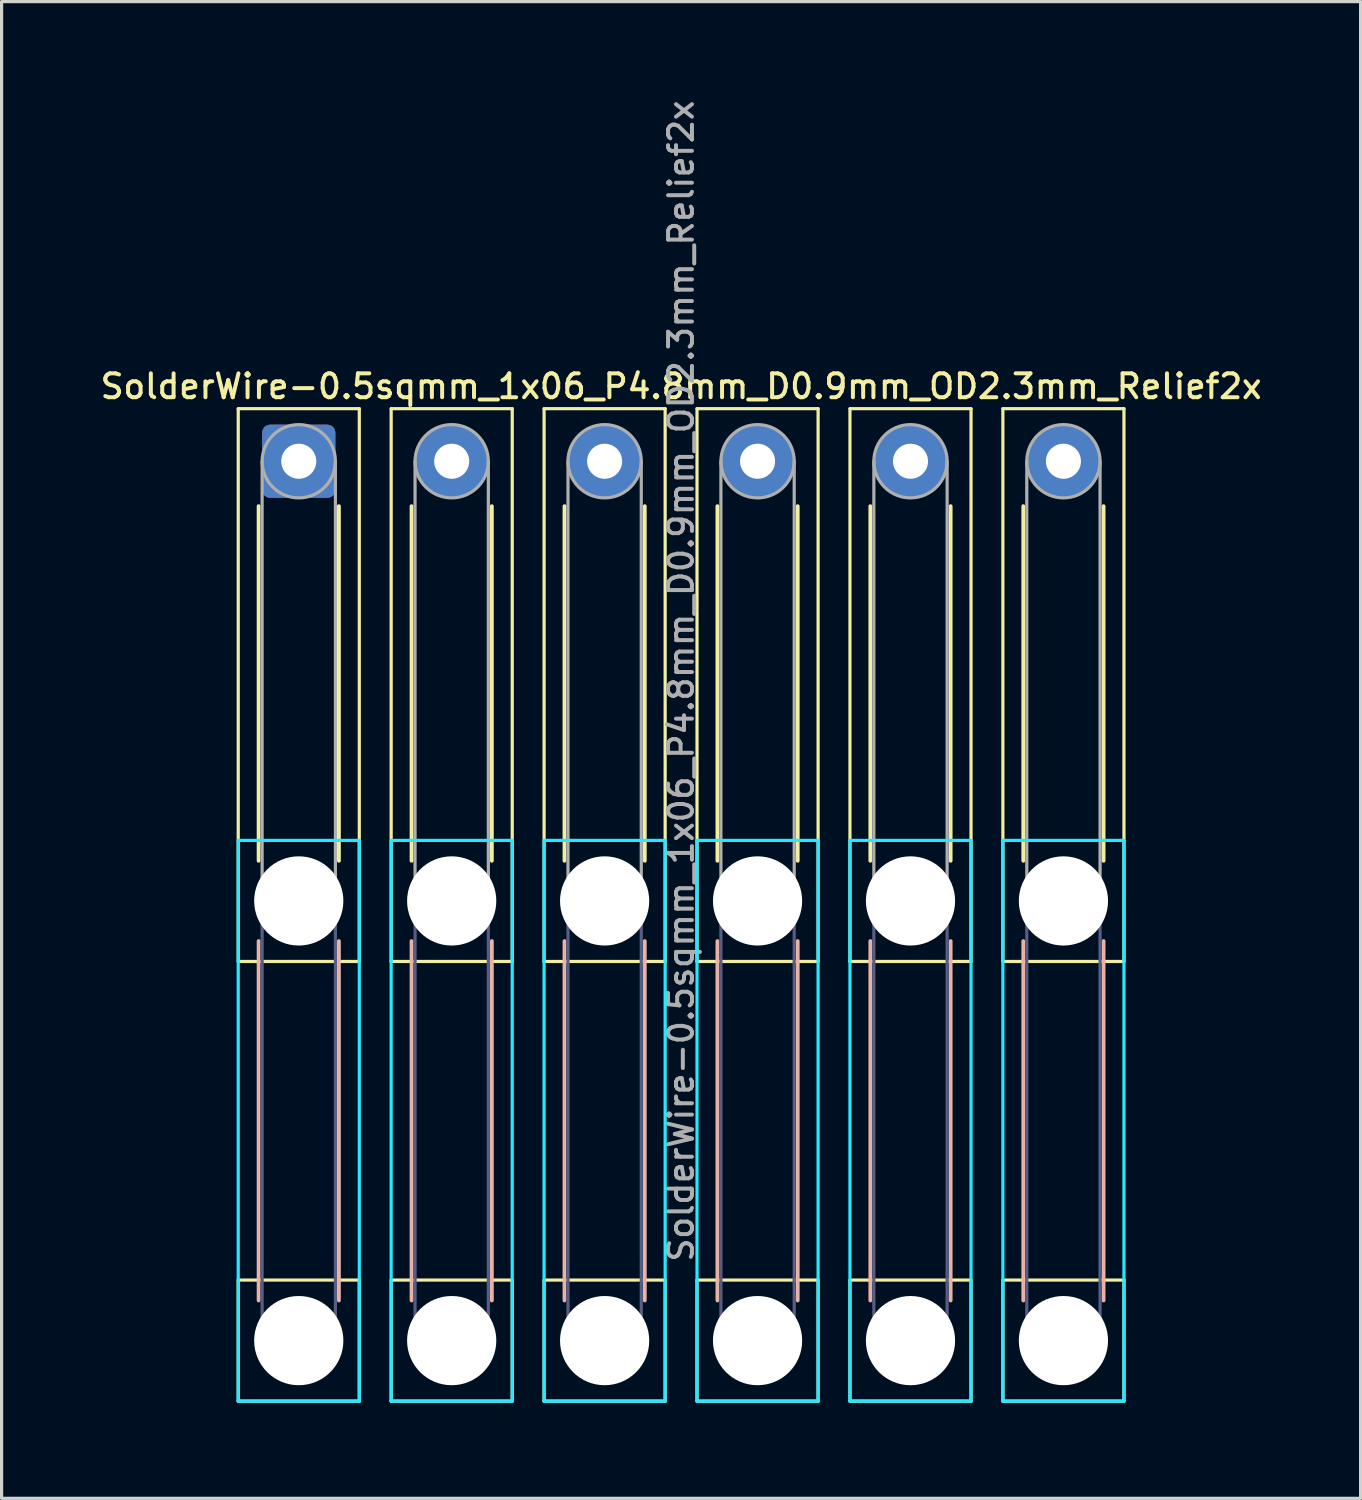
<source format=kicad_pcb>
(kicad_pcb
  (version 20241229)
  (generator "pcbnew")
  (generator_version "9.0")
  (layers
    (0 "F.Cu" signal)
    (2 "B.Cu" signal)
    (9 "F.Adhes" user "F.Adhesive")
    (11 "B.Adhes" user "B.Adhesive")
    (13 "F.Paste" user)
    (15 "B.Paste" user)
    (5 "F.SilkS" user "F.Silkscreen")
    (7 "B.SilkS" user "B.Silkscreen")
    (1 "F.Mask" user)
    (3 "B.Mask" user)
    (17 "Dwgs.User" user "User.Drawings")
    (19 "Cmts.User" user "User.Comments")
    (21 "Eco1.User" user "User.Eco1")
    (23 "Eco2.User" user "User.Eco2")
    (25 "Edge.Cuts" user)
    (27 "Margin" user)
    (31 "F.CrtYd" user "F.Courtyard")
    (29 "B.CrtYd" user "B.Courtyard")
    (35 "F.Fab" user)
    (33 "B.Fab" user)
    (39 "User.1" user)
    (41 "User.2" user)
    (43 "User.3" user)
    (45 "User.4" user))
  (footprint "SolderWire-0.5sqmm_1x06_P4.8mm_D0.9mm_OD2.3mm_Relief2x"
    (layer "F.Cu")
    (at 6.327 11.427)
    (property "Reference" "SolderWire-0.5sqmm_1x06_P4.8mm_D0.9mm_OD2.3mm_Relief2x" (at 12 -2.35 0) (layer "F.SilkS") (effects (font (size 0.75 0.75) (thickness 0.125))))
    (attr exclude_from_pos_files exclude_from_bom)
    (fp_line (start -1.9 -1.65) (end -1.9 15.7) (stroke (width 0.1) (type solid)) (layer "F.SilkS"))
    (fp_line (start -1.9 15.7) (end 1.9 15.7) (stroke (width 0.1) (type solid)) (layer "F.SilkS"))
    (fp_line (start -1.9 25.7) (end -1.9 29.5) (stroke (width 0.1) (type solid)) (layer "F.SilkS"))
    (fp_line (start -1.9 29.5) (end 1.9 29.5) (stroke (width 0.1) (type solid)) (layer "F.SilkS"))
    (fp_line (start -1.26 1.41) (end -1.26 12.54) (stroke (width 0.12) (type solid)) (layer "F.SilkS"))
    (fp_line (start 1.26 1.41) (end 1.26 12.54) (stroke (width 0.12) (type solid)) (layer "F.SilkS"))
    (fp_line (start 1.9 -1.65) (end -1.9 -1.65) (stroke (width 0.1) (type solid)) (layer "F.SilkS"))
    (fp_line (start 1.9 15.7) (end 1.9 -1.65) (stroke (width 0.1) (type solid)) (layer "F.SilkS"))
    (fp_line (start 1.9 25.7) (end -1.9 25.7) (stroke (width 0.1) (type solid)) (layer "F.SilkS"))
    (fp_line (start 1.9 29.5) (end 1.9 25.7) (stroke (width 0.1) (type solid)) (layer "F.SilkS"))
    (fp_line (start 2.9 -1.65) (end 2.9 15.7) (stroke (width 0.1) (type solid)) (layer "F.SilkS"))
    (fp_line (start 2.9 15.7) (end 6.7 15.7) (stroke (width 0.1) (type solid)) (layer "F.SilkS"))
    (fp_line (start 2.9 25.7) (end 2.9 29.5) (stroke (width 0.1) (type solid)) (layer "F.SilkS"))
    (fp_line (start 2.9 29.5) (end 6.7 29.5) (stroke (width 0.1) (type solid)) (layer "F.SilkS"))
    (fp_line (start 3.54 1.41) (end 3.54 12.54) (stroke (width 0.12) (type solid)) (layer "F.SilkS"))
    (fp_line (start 6.06 1.41) (end 6.06 12.54) (stroke (width 0.12) (type solid)) (layer "F.SilkS"))
    (fp_line (start 6.7 -1.65) (end 2.9 -1.65) (stroke (width 0.1) (type solid)) (layer "F.SilkS"))
    (fp_line (start 6.7 15.7) (end 6.7 -1.65) (stroke (width 0.1) (type solid)) (layer "F.SilkS"))
    (fp_line (start 6.7 25.7) (end 2.9 25.7) (stroke (width 0.1) (type solid)) (layer "F.SilkS"))
    (fp_line (start 6.7 29.5) (end 6.7 25.7) (stroke (width 0.1) (type solid)) (layer "F.SilkS"))
    (fp_line (start 7.7 -1.65) (end 7.7 15.7) (stroke (width 0.1) (type solid)) (layer "F.SilkS"))
    (fp_line (start 7.7 15.7) (end 11.5 15.7) (stroke (width 0.1) (type solid)) (layer "F.SilkS"))
    (fp_line (start 7.7 25.7) (end 7.7 29.5) (stroke (width 0.1) (type solid)) (layer "F.SilkS"))
    (fp_line (start 7.7 29.5) (end 11.5 29.5) (stroke (width 0.1) (type solid)) (layer "F.SilkS"))
    (fp_line (start 8.34 1.41) (end 8.34 12.54) (stroke (width 0.12) (type solid)) (layer "F.SilkS"))
    (fp_line (start 10.86 1.41) (end 10.86 12.54) (stroke (width 0.12) (type solid)) (layer "F.SilkS"))
    (fp_line (start 11.5 -1.65) (end 7.7 -1.65) (stroke (width 0.1) (type solid)) (layer "F.SilkS"))
    (fp_line (start 11.5 15.7) (end 11.5 -1.65) (stroke (width 0.1) (type solid)) (layer "F.SilkS"))
    (fp_line (start 11.5 25.7) (end 7.7 25.7) (stroke (width 0.1) (type solid)) (layer "F.SilkS"))
    (fp_line (start 11.5 29.5) (end 11.5 25.7) (stroke (width 0.1) (type solid)) (layer "F.SilkS"))
    (fp_line (start 12.5 -1.65) (end 12.5 15.7) (stroke (width 0.1) (type solid)) (layer "F.SilkS"))
    (fp_line (start 12.5 15.7) (end 16.3 15.7) (stroke (width 0.1) (type solid)) (layer "F.SilkS"))
    (fp_line (start 12.5 25.7) (end 12.5 29.5) (stroke (width 0.1) (type solid)) (layer "F.SilkS"))
    (fp_line (start 12.5 29.5) (end 16.3 29.5) (stroke (width 0.1) (type solid)) (layer "F.SilkS"))
    (fp_line (start 13.14 1.41) (end 13.14 12.54) (stroke (width 0.12) (type solid)) (layer "F.SilkS"))
    (fp_line (start 15.66 1.41) (end 15.66 12.54) (stroke (width 0.12) (type solid)) (layer "F.SilkS"))
    (fp_line (start 16.3 -1.65) (end 12.5 -1.65) (stroke (width 0.1) (type solid)) (layer "F.SilkS"))
    (fp_line (start 16.3 15.7) (end 16.3 -1.65) (stroke (width 0.1) (type solid)) (layer "F.SilkS"))
    (fp_line (start 16.3 25.7) (end 12.5 25.7) (stroke (width 0.1) (type solid)) (layer "F.SilkS"))
    (fp_line (start 16.3 29.5) (end 16.3 25.7) (stroke (width 0.1) (type solid)) (layer "F.SilkS"))
    (fp_line (start 17.3 -1.65) (end 17.3 15.7) (stroke (width 0.1) (type solid)) (layer "F.SilkS"))
    (fp_line (start 17.3 15.7) (end 21.1 15.7) (stroke (width 0.1) (type solid)) (layer "F.SilkS"))
    (fp_line (start 17.3 25.7) (end 17.3 29.5) (stroke (width 0.1) (type solid)) (layer "F.SilkS"))
    (fp_line (start 17.3 29.5) (end 21.1 29.5) (stroke (width 0.1) (type solid)) (layer "F.SilkS"))
    (fp_line (start 17.94 1.41) (end 17.94 12.54) (stroke (width 0.12) (type solid)) (layer "F.SilkS"))
    (fp_line (start 20.46 1.41) (end 20.46 12.54) (stroke (width 0.12) (type solid)) (layer "F.SilkS"))
    (fp_line (start 21.1 -1.65) (end 17.3 -1.65) (stroke (width 0.1) (type solid)) (layer "F.SilkS"))
    (fp_line (start 21.1 15.7) (end 21.1 -1.65) (stroke (width 0.1) (type solid)) (layer "F.SilkS"))
    (fp_line (start 21.1 25.7) (end 17.3 25.7) (stroke (width 0.1) (type solid)) (layer "F.SilkS"))
    (fp_line (start 21.1 29.5) (end 21.1 25.7) (stroke (width 0.1) (type solid)) (layer "F.SilkS"))
    (fp_line (start 22.1 -1.65) (end 22.1 15.7) (stroke (width 0.1) (type solid)) (layer "F.SilkS"))
    (fp_line (start 22.1 15.7) (end 25.9 15.7) (stroke (width 0.1) (type solid)) (layer "F.SilkS"))
    (fp_line (start 22.1 25.7) (end 22.1 29.5) (stroke (width 0.1) (type solid)) (layer "F.SilkS"))
    (fp_line (start 22.1 29.5) (end 25.9 29.5) (stroke (width 0.1) (type solid)) (layer "F.SilkS"))
    (fp_line (start 22.74 1.41) (end 22.74 12.54) (stroke (width 0.12) (type solid)) (layer "F.SilkS"))
    (fp_line (start 25.26 1.41) (end 25.26 12.54) (stroke (width 0.12) (type solid)) (layer "F.SilkS"))
    (fp_line (start 25.9 -1.65) (end 22.1 -1.65) (stroke (width 0.1) (type solid)) (layer "F.SilkS"))
    (fp_line (start 25.9 15.7) (end 25.9 -1.65) (stroke (width 0.1) (type solid)) (layer "F.SilkS"))
    (fp_line (start 25.9 25.7) (end 22.1 25.7) (stroke (width 0.1) (type solid)) (layer "F.SilkS"))
    (fp_line (start 25.9 29.5) (end 25.9 25.7) (stroke (width 0.1) (type solid)) (layer "F.SilkS"))
    (fp_line (start -1.26 15.06) (end -1.26 26.34) (stroke (width 0.12) (type solid)) (layer "B.SilkS"))
    (fp_line (start 1.26 15.06) (end 1.26 26.34) (stroke (width 0.12) (type solid)) (layer "B.SilkS"))
    (fp_line (start 3.54 15.06) (end 3.54 26.34) (stroke (width 0.12) (type solid)) (layer "B.SilkS"))
    (fp_line (start 6.06 15.06) (end 6.06 26.34) (stroke (width 0.12) (type solid)) (layer "B.SilkS"))
    (fp_line (start 8.34 15.06) (end 8.34 26.34) (stroke (width 0.12) (type solid)) (layer "B.SilkS"))
    (fp_line (start 10.86 15.06) (end 10.86 26.34) (stroke (width 0.12) (type solid)) (layer "B.SilkS"))
    (fp_line (start 13.14 15.06) (end 13.14 26.34) (stroke (width 0.12) (type solid)) (layer "B.SilkS"))
    (fp_line (start 15.66 15.06) (end 15.66 26.34) (stroke (width 0.12) (type solid)) (layer "B.SilkS"))
    (fp_line (start 17.94 15.06) (end 17.94 26.34) (stroke (width 0.12) (type solid)) (layer "B.SilkS"))
    (fp_line (start 20.46 15.06) (end 20.46 26.34) (stroke (width 0.12) (type solid)) (layer "B.SilkS"))
    (fp_line (start 22.74 15.06) (end 22.74 26.34) (stroke (width 0.12) (type solid)) (layer "B.SilkS"))
    (fp_line (start 25.26 15.06) (end 25.26 26.34) (stroke (width 0.12) (type solid)) (layer "B.SilkS"))
    (fp_line (start -1.9 11.9) (end -1.9 29.5) (stroke (width 0.1) (type solid)) (layer "B.CrtYd"))
    (fp_line (start -1.9 29.5) (end 1.9 29.5) (stroke (width 0.1) (type solid)) (layer "B.CrtYd"))
    (fp_line (start 1.9 11.9) (end -1.9 11.9) (stroke (width 0.1) (type solid)) (layer "B.CrtYd"))
    (fp_line (start 1.9 29.5) (end 1.9 11.9) (stroke (width 0.1) (type solid)) (layer "B.CrtYd"))
    (fp_line (start 2.9 11.9) (end 2.9 29.5) (stroke (width 0.1) (type solid)) (layer "B.CrtYd"))
    (fp_line (start 2.9 29.5) (end 6.7 29.5) (stroke (width 0.1) (type solid)) (layer "B.CrtYd"))
    (fp_line (start 6.7 11.9) (end 2.9 11.9) (stroke (width 0.1) (type solid)) (layer "B.CrtYd"))
    (fp_line (start 6.7 29.5) (end 6.7 11.9) (stroke (width 0.1) (type solid)) (layer "B.CrtYd"))
    (fp_line (start 7.7 11.9) (end 7.7 29.5) (stroke (width 0.1) (type solid)) (layer "B.CrtYd"))
    (fp_line (start 7.7 29.5) (end 11.5 29.5) (stroke (width 0.1) (type solid)) (layer "B.CrtYd"))
    (fp_line (start 11.5 11.9) (end 7.7 11.9) (stroke (width 0.1) (type solid)) (layer "B.CrtYd"))
    (fp_line (start 11.5 29.5) (end 11.5 11.9) (stroke (width 0.1) (type solid)) (layer "B.CrtYd"))
    (fp_line (start 12.5 11.9) (end 12.5 29.5) (stroke (width 0.1) (type solid)) (layer "B.CrtYd"))
    (fp_line (start 12.5 29.5) (end 16.3 29.5) (stroke (width 0.1) (type solid)) (layer "B.CrtYd"))
    (fp_line (start 16.3 11.9) (end 12.5 11.9) (stroke (width 0.1) (type solid)) (layer "B.CrtYd"))
    (fp_line (start 16.3 29.5) (end 16.3 11.9) (stroke (width 0.1) (type solid)) (layer "B.CrtYd"))
    (fp_line (start 17.3 11.9) (end 17.3 29.5) (stroke (width 0.1) (type solid)) (layer "B.CrtYd"))
    (fp_line (start 17.3 29.5) (end 21.1 29.5) (stroke (width 0.1) (type solid)) (layer "B.CrtYd"))
    (fp_line (start 21.1 11.9) (end 17.3 11.9) (stroke (width 0.1) (type solid)) (layer "B.CrtYd"))
    (fp_line (start 21.1 29.5) (end 21.1 11.9) (stroke (width 0.1) (type solid)) (layer "B.CrtYd"))
    (fp_line (start 22.1 11.9) (end 22.1 29.5) (stroke (width 0.1) (type solid)) (layer "B.CrtYd"))
    (fp_line (start 22.1 29.5) (end 25.9 29.5) (stroke (width 0.1) (type solid)) (layer "B.CrtYd"))
    (fp_line (start 25.9 11.9) (end 22.1 11.9) (stroke (width 0.1) (type solid)) (layer "B.CrtYd"))
    (fp_line (start 25.9 29.5) (end 25.9 11.9) (stroke (width 0.1) (type solid)) (layer "B.CrtYd"))
    (fp_line (start -1.15 13.8) (end -1.15 27.6) (stroke (width 0.1) (type solid)) (layer "B.Fab"))
    (fp_line (start 1.15 13.8) (end 1.15 27.6) (stroke (width 0.1) (type solid)) (layer "B.Fab"))
    (fp_line (start 3.65 13.8) (end 3.65 27.6) (stroke (width 0.1) (type solid)) (layer "B.Fab"))
    (fp_line (start 5.95 13.8) (end 5.95 27.6) (stroke (width 0.1) (type solid)) (layer "B.Fab"))
    (fp_line (start 8.45 13.8) (end 8.45 27.6) (stroke (width 0.1) (type solid)) (layer "B.Fab"))
    (fp_line (start 10.75 13.8) (end 10.75 27.6) (stroke (width 0.1) (type solid)) (layer "B.Fab"))
    (fp_line (start 13.25 13.8) (end 13.25 27.6) (stroke (width 0.1) (type solid)) (layer "B.Fab"))
    (fp_line (start 15.55 13.8) (end 15.55 27.6) (stroke (width 0.1) (type solid)) (layer "B.Fab"))
    (fp_line (start 18.05 13.8) (end 18.05 27.6) (stroke (width 0.1) (type solid)) (layer "B.Fab"))
    (fp_line (start 20.35 13.8) (end 20.35 27.6) (stroke (width 0.1) (type solid)) (layer "B.Fab"))
    (fp_line (start 22.85 13.8) (end 22.85 27.6) (stroke (width 0.1) (type solid)) (layer "B.Fab"))
    (fp_line (start 25.15 13.8) (end 25.15 27.6) (stroke (width 0.1) (type solid)) (layer "B.Fab"))
    (fp_circle (center 0 13.8) (end 1.15 13.8) (stroke (width 0.1) (type solid)) (fill no) (layer "B.Fab"))
    (fp_circle (center 0 27.6) (end 1.15 27.6) (stroke (width 0.1) (type solid)) (fill no) (layer "B.Fab"))
    (fp_circle (center 4.8 13.8) (end 5.95 13.8) (stroke (width 0.1) (type solid)) (fill no) (layer "B.Fab"))
    (fp_circle (center 4.8 27.6) (end 5.95 27.6) (stroke (width 0.1) (type solid)) (fill no) (layer "B.Fab"))
    (fp_circle (center 9.6 13.8) (end 10.75 13.8) (stroke (width 0.1) (type solid)) (fill no) (layer "B.Fab"))
    (fp_circle (center 9.6 27.6) (end 10.75 27.6) (stroke (width 0.1) (type solid)) (fill no) (layer "B.Fab"))
    (fp_circle (center 14.4 13.8) (end 15.55 13.8) (stroke (width 0.1) (type solid)) (fill no) (layer "B.Fab"))
    (fp_circle (center 14.4 27.6) (end 15.55 27.6) (stroke (width 0.1) (type solid)) (fill no) (layer "B.Fab"))
    (fp_circle (center 19.2 13.8) (end 20.35 13.8) (stroke (width 0.1) (type solid)) (fill no) (layer "B.Fab"))
    (fp_circle (center 19.2 27.6) (end 20.35 27.6) (stroke (width 0.1) (type solid)) (fill no) (layer "B.Fab"))
    (fp_circle (center 24 13.8) (end 25.15 13.8) (stroke (width 0.1) (type solid)) (fill no) (layer "B.Fab"))
    (fp_circle (center 24 27.6) (end 25.15 27.6) (stroke (width 0.1) (type solid)) (fill no) (layer "B.Fab"))
    (fp_line (start -1.15 0) (end -1.15 13.8) (stroke (width 0.1) (type solid)) (layer "F.Fab"))
    (fp_line (start 1.15 0) (end 1.15 13.8) (stroke (width 0.1) (type solid)) (layer "F.Fab"))
    (fp_line (start 3.65 0) (end 3.65 13.8) (stroke (width 0.1) (type solid)) (layer "F.Fab"))
    (fp_line (start 5.95 0) (end 5.95 13.8) (stroke (width 0.1) (type solid)) (layer "F.Fab"))
    (fp_line (start 8.45 0) (end 8.45 13.8) (stroke (width 0.1) (type solid)) (layer "F.Fab"))
    (fp_line (start 10.75 0) (end 10.75 13.8) (stroke (width 0.1) (type solid)) (layer "F.Fab"))
    (fp_line (start 13.25 0) (end 13.25 13.8) (stroke (width 0.1) (type solid)) (layer "F.Fab"))
    (fp_line (start 15.55 0) (end 15.55 13.8) (stroke (width 0.1) (type solid)) (layer "F.Fab"))
    (fp_line (start 18.05 0) (end 18.05 13.8) (stroke (width 0.1) (type solid)) (layer "F.Fab"))
    (fp_line (start 20.35 0) (end 20.35 13.8) (stroke (width 0.1) (type solid)) (layer "F.Fab"))
    (fp_line (start 22.85 0) (end 22.85 13.8) (stroke (width 0.1) (type solid)) (layer "F.Fab"))
    (fp_line (start 25.15 0) (end 25.15 13.8) (stroke (width 0.1) (type solid)) (layer "F.Fab"))
    (fp_circle (center 0 0) (end 1.15 0) (stroke (width 0.1) (type solid)) (fill no) (layer "F.Fab"))
    (fp_circle (center 0 13.8) (end 1.15 13.8) (stroke (width 0.1) (type solid)) (fill no) (layer "F.Fab"))
    (fp_circle (center 0 27.6) (end 1.15 27.6) (stroke (width 0.1) (type solid)) (fill no) (layer "F.Fab"))
    (fp_circle (center 4.8 0) (end 5.95 0) (stroke (width 0.1) (type solid)) (fill no) (layer "F.Fab"))
    (fp_circle (center 4.8 13.8) (end 5.95 13.8) (stroke (width 0.1) (type solid)) (fill no) (layer "F.Fab"))
    (fp_circle (center 4.8 27.6) (end 5.95 27.6) (stroke (width 0.1) (type solid)) (fill no) (layer "F.Fab"))
    (fp_circle (center 9.6 0) (end 10.75 0) (stroke (width 0.1) (type solid)) (fill no) (layer "F.Fab"))
    (fp_circle (center 9.6 13.8) (end 10.75 13.8) (stroke (width 0.1) (type solid)) (fill no) (layer "F.Fab"))
    (fp_circle (center 9.6 27.6) (end 10.75 27.6) (stroke (width 0.1) (type solid)) (fill no) (layer "F.Fab"))
    (fp_circle (center 14.4 0) (end 15.55 0) (stroke (width 0.1) (type solid)) (fill no) (layer "F.Fab"))
    (fp_circle (center 14.4 13.8) (end 15.55 13.8) (stroke (width 0.1) (type solid)) (fill no) (layer "F.Fab"))
    (fp_circle (center 14.4 27.6) (end 15.55 27.6) (stroke (width 0.1) (type solid)) (fill no) (layer "F.Fab"))
    (fp_circle (center 19.2 0) (end 20.35 0) (stroke (width 0.1) (type solid)) (fill no) (layer "F.Fab"))
    (fp_circle (center 19.2 13.8) (end 20.35 13.8) (stroke (width 0.1) (type solid)) (fill no) (layer "F.Fab"))
    (fp_circle (center 19.2 27.6) (end 20.35 27.6) (stroke (width 0.1) (type solid)) (fill no) (layer "F.Fab"))
    (fp_circle (center 24 0) (end 25.15 0) (stroke (width 0.1) (type solid)) (fill no) (layer "F.Fab"))
    (fp_circle (center 24 13.8) (end 25.15 13.8) (stroke (width 0.1) (type solid)) (fill no) (layer "F.Fab"))
    (fp_circle (center 24 27.6) (end 25.15 27.6) (stroke (width 0.1) (type solid)) (fill no) (layer "F.Fab"))
    (fp_text user "${REFERENCE}" (at 12 6.9 90) (layer "F.Fab") (effects (font (size 0.75 0.75) (thickness 0.125))))
    (pad "" np_thru_hole circle (at 0 13.8) (size 2.8 2.8) (drill 2.8) (layers "*.Cu" "*.Mask"))
    (pad "" np_thru_hole circle (at 0 27.6) (size 2.8 2.8) (drill 2.8) (layers "*.Cu" "*.Mask"))
    (pad "" np_thru_hole circle (at 4.8 13.8) (size 2.8 2.8) (drill 2.8) (layers "*.Cu" "*.Mask"))
    (pad "" np_thru_hole circle (at 4.8 27.6) (size 2.8 2.8) (drill 2.8) (layers "*.Cu" "*.Mask"))
    (pad "" np_thru_hole circle (at 9.6 13.8) (size 2.8 2.8) (drill 2.8) (layers "*.Cu" "*.Mask"))
    (pad "" np_thru_hole circle (at 9.6 27.6) (size 2.8 2.8) (drill 2.8) (layers "*.Cu" "*.Mask"))
    (pad "" np_thru_hole circle (at 14.4 13.8) (size 2.8 2.8) (drill 2.8) (layers "*.Cu" "*.Mask"))
    (pad "" np_thru_hole circle (at 14.4 27.6) (size 2.8 2.8) (drill 2.8) (layers "*.Cu" "*.Mask"))
    (pad "" np_thru_hole circle (at 19.2 13.8) (size 2.8 2.8) (drill 2.8) (layers "*.Cu" "*.Mask"))
    (pad "" np_thru_hole circle (at 19.2 27.6) (size 2.8 2.8) (drill 2.8) (layers "*.Cu" "*.Mask"))
    (pad "" np_thru_hole circle (at 24 13.8) (size 2.8 2.8) (drill 2.8) (layers "*.Cu" "*.Mask"))
    (pad "" np_thru_hole circle (at 24 27.6) (size 2.8 2.8) (drill 2.8) (layers "*.Cu" "*.Mask"))
    (pad "1" thru_hole roundrect (at 0 0) (size 2.3 2.3) (drill 1.1) (layers "*.Cu" "*.Mask") (roundrect_rratio 0.109))
    (pad "2" thru_hole circle (at 4.8 0) (size 2.3 2.3) (drill 1.1) (layers "*.Cu" "*.Mask"))
    (pad "3" thru_hole circle (at 9.6 0) (size 2.3 2.3) (drill 1.1) (layers "*.Cu" "*.Mask"))
    (pad "4" thru_hole circle (at 14.4 0) (size 2.3 2.3) (drill 1.1) (layers "*.Cu" "*.Mask"))
    (pad "5" thru_hole circle (at 19.2 0) (size 2.3 2.3) (drill 1.1) (layers "*.Cu" "*.Mask"))
    (pad "6" thru_hole circle (at 24 0) (size 2.3 2.3) (drill 1.1) (layers "*.Cu" "*.Mask")))
  (gr_rect
    (start -3 -3)
    (end 39.654 43.977)
    (stroke (width 0.1) (type default))
    (fill no)
    (layer "Edge.Cuts")))
</source>
